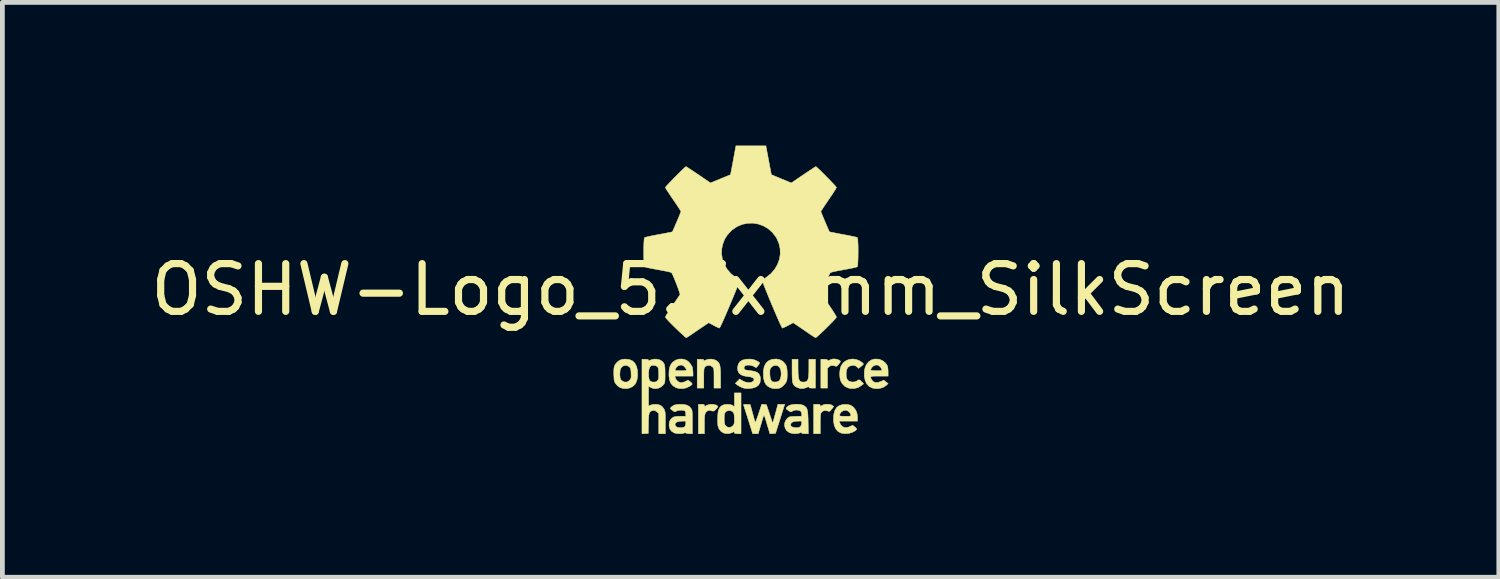
<source format=kicad_pcb>
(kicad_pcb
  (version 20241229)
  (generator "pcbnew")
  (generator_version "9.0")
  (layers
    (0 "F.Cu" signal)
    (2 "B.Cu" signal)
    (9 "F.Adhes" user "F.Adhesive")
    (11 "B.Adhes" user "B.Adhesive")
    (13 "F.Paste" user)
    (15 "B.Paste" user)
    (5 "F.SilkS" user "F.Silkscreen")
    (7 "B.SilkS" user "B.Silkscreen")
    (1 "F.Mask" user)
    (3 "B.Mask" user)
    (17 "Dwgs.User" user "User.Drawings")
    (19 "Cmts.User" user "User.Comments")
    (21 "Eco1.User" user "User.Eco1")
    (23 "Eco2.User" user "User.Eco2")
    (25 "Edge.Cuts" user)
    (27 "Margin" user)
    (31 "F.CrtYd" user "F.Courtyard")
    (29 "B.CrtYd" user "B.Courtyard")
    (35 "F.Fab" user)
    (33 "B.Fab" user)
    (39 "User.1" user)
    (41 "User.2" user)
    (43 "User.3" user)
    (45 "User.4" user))
  (footprint "OSHW-Logo_5.7x6mm_SilkScreen"
    (layer "F.Cu")
    (at 12.673 3.017)
    (property "Reference" "OSHW-Logo_5.7x6mm_SilkScreen" (at 0 0 0) (layer "F.SilkS") (effects (font (size 1 1) (thickness 0.15))))
    (attr board_only exclude_from_pos_files exclude_from_bom allow_missing_courtyard)
    (fp_poly (pts (xy 1.799 1.458) (xy 1.843 1.471) (xy 1.871 1.488) (xy 1.88 1.501) (xy 1.877 1.517) (xy 1.861 1.541) (xy 1.847 1.559) (xy 1.819 1.59) (xy 1.798 1.604) (xy 1.78 1.603) (xy 1.726 1.589) (xy 1.687 1.59) (xy 1.655 1.605) (xy 1.644 1.614) (xy 1.61 1.646) (xy 1.61 2.062) (xy 1.471 2.062) (xy 1.471 1.459) (xy 1.54 1.459) (xy 1.582 1.46) (xy 1.603 1.466) (xy 1.61 1.477) (xy 1.61 1.478) (xy 1.612 1.49) (xy 1.626 1.488) (xy 1.644 1.48) (xy 1.682 1.464) (xy 1.713 1.454) (xy 1.753 1.451) (xy 1.799 1.458)) (stroke (width 0.01) (type solid)) (fill yes) (layer "F.SilkS"))
    (fp_poly (pts (xy 1.635 2.401) (xy 1.684 2.411) (xy 1.711 2.425) (xy 1.74 2.449) (xy 1.699 2.501) (xy 1.673 2.532) (xy 1.656 2.547) (xy 1.639 2.55) (xy 1.614 2.542) (xy 1.602 2.538) (xy 1.554 2.532) (xy 1.51 2.545) (xy 1.478 2.576) (xy 1.473 2.585) (xy 1.467 2.611) (xy 1.463 2.659) (xy 1.46 2.725) (xy 1.459 2.806) (xy 1.459 2.817) (xy 1.459 3.018) (xy 1.32 3.018) (xy 1.32 2.402) (xy 1.389 2.402) (xy 1.429 2.403) (xy 1.45 2.407) (xy 1.458 2.418) (xy 1.459 2.428) (xy 1.459 2.454) (xy 1.492 2.428) (xy 1.53 2.41) (xy 1.581 2.401) (xy 1.635 2.401)) (stroke (width 0.01) (type solid)) (fill yes) (layer "F.SilkS"))
    (fp_poly (pts (xy -0.993 2.403) (xy -0.975 2.409) (xy -0.968 2.421) (xy -0.968 2.427) (xy -0.967 2.442) (xy -0.96 2.445) (xy -0.939 2.434) (xy -0.927 2.427) (xy -0.889 2.411) (xy -0.844 2.403) (xy -0.797 2.403) (xy -0.752 2.409) (xy -0.716 2.42) (xy -0.693 2.436) (xy -0.688 2.456) (xy -0.69 2.462) (xy -0.707 2.485) (xy -0.733 2.513) (xy -0.738 2.517) (xy -0.762 2.538) (xy -0.784 2.545) (xy -0.814 2.54) (xy -0.826 2.537) (xy -0.863 2.529) (xy -0.889 2.533) (xy -0.911 2.545) (xy -0.931 2.561) (xy -0.946 2.581) (xy -0.956 2.609) (xy -0.963 2.648) (xy -0.967 2.704) (xy -0.968 2.779) (xy -0.968 2.824) (xy -0.968 3.018) (xy -1.094 3.018) (xy -1.094 2.402) (xy -1.031 2.402) (xy -0.993 2.403)) (stroke (width 0.01) (type solid)) (fill yes) (layer "F.SilkS"))
    (fp_poly (pts (xy 0.993 1.654) (xy 0.995 1.747) (xy 0.999 1.817) (xy 1.008 1.867) (xy 1.022 1.902) (xy 1.042 1.923) (xy 1.071 1.933) (xy 1.107 1.936) (xy 1.144 1.933) (xy 1.172 1.922) (xy 1.192 1.9) (xy 1.206 1.865) (xy 1.214 1.814) (xy 1.219 1.742) (xy 1.22 1.654) (xy 1.22 1.459) (xy 1.358 1.459) (xy 1.358 2.062) (xy 1.289 2.062) (xy 1.247 2.06) (xy 1.226 2.055) (xy 1.22 2.043) (xy 1.216 2.033) (xy 1.202 2.035) (xy 1.173 2.05) (xy 1.106 2.071) (xy 1.036 2.07) (xy 0.968 2.046) (xy 0.936 2.027) (xy 0.912 2.007) (xy 0.894 1.982) (xy 0.881 1.947) (xy 0.874 1.901) (xy 0.87 1.839) (xy 0.868 1.758) (xy 0.868 1.695) (xy 0.868 1.459) (xy 0.993 1.459) (xy 0.993 1.654)) (stroke (width 0.01) (type solid)) (fill yes) (layer "F.SilkS"))
    (fp_poly (pts (xy -0.754 1.469) (xy -0.723 1.484) (xy -0.692 1.506) (xy -0.669 1.53) (xy -0.652 1.562) (xy -0.641 1.604) (xy -0.634 1.66) (xy -0.63 1.734) (xy -0.629 1.829) (xy -0.629 1.839) (xy -0.629 2.062) (xy -0.767 2.062) (xy -0.767 1.856) (xy -0.767 1.78) (xy -0.768 1.725) (xy -0.77 1.687) (xy -0.773 1.661) (xy -0.779 1.643) (xy -0.788 1.63) (xy -0.8 1.618) (xy -0.843 1.59) (xy -0.89 1.585) (xy -0.934 1.602) (xy -0.95 1.615) (xy -0.961 1.627) (xy -0.969 1.641) (xy -0.975 1.659) (xy -0.978 1.686) (xy -0.98 1.726) (xy -0.981 1.784) (xy -0.981 1.854) (xy -0.981 2.062) (xy -1.119 2.062) (xy -1.119 1.459) (xy -1.05 1.459) (xy -1.008 1.46) (xy -0.987 1.466) (xy -0.981 1.477) (xy -0.981 1.478) (xy -0.978 1.489) (xy -0.965 1.488) (xy -0.94 1.475) (xy -0.883 1.457) (xy -0.817 1.455) (xy -0.754 1.469)) (stroke (width 0.01) (type solid)) (fill yes) (layer "F.SilkS"))
    (fp_poly (pts (xy 2.217 1.464) (xy 2.29 1.495) (xy 2.313 1.51) (xy 2.342 1.533) (xy 2.361 1.551) (xy 2.364 1.557) (xy 2.355 1.57) (xy 2.332 1.593) (xy 2.313 1.608) (xy 2.263 1.649) (xy 2.223 1.615) (xy 2.192 1.594) (xy 2.162 1.586) (xy 2.127 1.588) (xy 2.073 1.602) (xy 2.035 1.63) (xy 2.012 1.675) (xy 2.002 1.741) (xy 2.002 1.741) (xy 2.002 1.815) (xy 2.016 1.869) (xy 2.044 1.906) (xy 2.063 1.918) (xy 2.114 1.934) (xy 2.168 1.934) (xy 2.215 1.919) (xy 2.226 1.911) (xy 2.253 1.893) (xy 2.275 1.889) (xy 2.299 1.903) (xy 2.325 1.929) (xy 2.366 1.971) (xy 2.32 2.008) (xy 2.25 2.051) (xy 2.17 2.072) (xy 2.087 2.07) (xy 2.033 2.056) (xy 1.969 2.022) (xy 1.918 1.968) (xy 1.895 1.93) (xy 1.876 1.876) (xy 1.867 1.806) (xy 1.867 1.731) (xy 1.876 1.659) (xy 1.894 1.599) (xy 1.897 1.593) (xy 1.94 1.532) (xy 1.998 1.488) (xy 2.067 1.461) (xy 2.141 1.453) (xy 2.217 1.464)) (stroke (width 0.01) (type solid)) (fill yes) (layer "F.SilkS"))
    (fp_poly (pts (xy 0.611 1.466) (xy 0.674 1.501) (xy 0.724 1.555) (xy 0.748 1.6) (xy 0.758 1.639) (xy 0.764 1.695) (xy 0.767 1.76) (xy 0.766 1.824) (xy 0.761 1.881) (xy 0.755 1.912) (xy 0.734 1.953) (xy 0.698 1.997) (xy 0.656 2.036) (xy 0.613 2.061) (xy 0.612 2.061) (xy 0.56 2.072) (xy 0.497 2.073) (xy 0.438 2.063) (xy 0.415 2.055) (xy 0.356 2.021) (xy 0.314 1.978) (xy 0.286 1.92) (xy 0.271 1.844) (xy 0.267 1.804) (xy 0.268 1.754) (xy 0.402 1.754) (xy 0.407 1.827) (xy 0.42 1.882) (xy 0.441 1.918) (xy 0.456 1.928) (xy 0.493 1.935) (xy 0.539 1.933) (xy 0.577 1.923) (xy 0.588 1.917) (xy 0.615 1.885) (xy 0.632 1.835) (xy 0.64 1.774) (xy 0.636 1.708) (xy 0.628 1.669) (xy 0.604 1.624) (xy 0.567 1.595) (xy 0.522 1.586) (xy 0.475 1.596) (xy 0.439 1.621) (xy 0.42 1.642) (xy 0.409 1.662) (xy 0.404 1.69) (xy 0.402 1.733) (xy 0.402 1.754) (xy 0.268 1.754) (xy 0.268 1.698) (xy 0.285 1.611) (xy 0.319 1.543) (xy 0.369 1.494) (xy 0.435 1.464) (xy 0.45 1.46) (xy 0.535 1.452) (xy 0.611 1.466)) (stroke (width 0.01) (type solid)) (fill yes) (layer "F.SilkS"))
    (fp_poly (pts (xy 0.282 2.404) (xy 0.331 2.408) (xy 0.461 2.798) (xy 0.482 2.729) (xy 0.494 2.686) (xy 0.51 2.628) (xy 0.528 2.565) (xy 0.537 2.531) (xy 0.571 2.402) (xy 0.714 2.402) (xy 0.672 2.537) (xy 0.651 2.603) (xy 0.625 2.684) (xy 0.599 2.767) (xy 0.575 2.842) (xy 0.521 3.012) (xy 0.463 3.015) (xy 0.404 3.019) (xy 0.373 2.915) (xy 0.353 2.85) (xy 0.332 2.778) (xy 0.313 2.715) (xy 0.313 2.713) (xy 0.299 2.67) (xy 0.286 2.641) (xy 0.278 2.63) (xy 0.276 2.631) (xy 0.27 2.648) (xy 0.258 2.685) (xy 0.242 2.736) (xy 0.224 2.798) (xy 0.214 2.832) (xy 0.159 3.018) (xy 0.043 3.018) (xy -0.049 2.725) (xy -0.075 2.643) (xy -0.099 2.569) (xy -0.119 2.506) (xy -0.135 2.457) (xy -0.145 2.426) (xy -0.148 2.417) (xy -0.146 2.407) (xy -0.127 2.403) (xy -0.087 2.404) (xy -0.081 2.404) (xy -0.008 2.408) (xy 0.04 2.584) (xy 0.058 2.648) (xy 0.073 2.705) (xy 0.086 2.748) (xy 0.094 2.775) (xy 0.095 2.779) (xy 0.101 2.774) (xy 0.113 2.749) (xy 0.13 2.706) (xy 0.15 2.65) (xy 0.167 2.599) (xy 0.232 2.401) (xy 0.282 2.404)) (stroke (width 0.01) (type solid)) (fill yes) (layer "F.SilkS"))
    (fp_poly (pts (xy -2.538 1.465) (xy -2.472 1.494) (xy -2.423 1.543) (xy -2.388 1.611) (xy -2.37 1.699) (xy -2.369 1.712) (xy -2.368 1.809) (xy -2.381 1.894) (xy -2.408 1.962) (xy -2.423 1.984) (xy -2.473 2.031) (xy -2.538 2.061) (xy -2.61 2.074) (xy -2.683 2.067) (xy -2.739 2.048) (xy -2.787 2.015) (xy -2.826 1.971) (xy -2.827 1.97) (xy -2.843 1.943) (xy -2.853 1.916) (xy -2.86 1.882) (xy -2.863 1.834) (xy -2.865 1.795) (xy -2.866 1.759) (xy -2.74 1.759) (xy -2.739 1.795) (xy -2.734 1.842) (xy -2.726 1.872) (xy -2.712 1.894) (xy -2.699 1.907) (xy -2.652 1.933) (xy -2.603 1.937) (xy -2.557 1.918) (xy -2.534 1.896) (xy -2.517 1.875) (xy -2.507 1.854) (xy -2.503 1.828) (xy -2.503 1.788) (xy -2.504 1.751) (xy -2.507 1.698) (xy -2.512 1.664) (xy -2.52 1.641) (xy -2.533 1.624) (xy -2.544 1.615) (xy -2.589 1.589) (xy -2.637 1.588) (xy -2.678 1.603) (xy -2.713 1.635) (xy -2.733 1.687) (xy -2.74 1.759) (xy -2.866 1.759) (xy -2.866 1.717) (xy -2.864 1.658) (xy -2.856 1.614) (xy -2.843 1.579) (xy -2.822 1.549) (xy -2.814 1.539) (xy -2.766 1.494) (xy -2.714 1.467) (xy -2.651 1.456) (xy -2.62 1.455) (xy -2.538 1.465)) (stroke (width 0.01) (type solid)) (fill yes) (layer "F.SilkS"))
    (fp_poly (pts (xy -0.201 3.018) (xy -0.27 3.018) (xy -0.31 3.017) (xy -0.331 3.012) (xy -0.339 3.001) (xy -0.34 2.994) (xy -0.341 2.98) (xy -0.349 2.977) (xy -0.37 2.986) (xy -0.386 2.994) (xy -0.449 3.014) (xy -0.517 3.015) (xy -0.573 3) (xy -0.624 2.965) (xy -0.664 2.913) (xy -0.685 2.851) (xy -0.686 2.848) (xy -0.689 2.811) (xy -0.691 2.757) (xy -0.691 2.716) (xy -0.553 2.716) (xy -0.55 2.77) (xy -0.543 2.815) (xy -0.533 2.84) (xy -0.496 2.874) (xy -0.452 2.887) (xy -0.407 2.877) (xy -0.368 2.847) (xy -0.353 2.827) (xy -0.345 2.803) (xy -0.34 2.768) (xy -0.34 2.716) (xy -0.341 2.664) (xy -0.346 2.619) (xy -0.353 2.588) (xy -0.354 2.585) (xy -0.38 2.553) (xy -0.42 2.535) (xy -0.463 2.532) (xy -0.504 2.545) (xy -0.534 2.573) (xy -0.537 2.578) (xy -0.547 2.612) (xy -0.552 2.661) (xy -0.553 2.716) (xy -0.691 2.716) (xy -0.691 2.696) (xy -0.69 2.663) (xy -0.684 2.581) (xy -0.671 2.52) (xy -0.649 2.474) (xy -0.618 2.441) (xy -0.587 2.421) (xy -0.544 2.407) (xy -0.491 2.402) (xy -0.436 2.406) (xy -0.39 2.418) (xy -0.365 2.433) (xy -0.34 2.456) (xy -0.34 2.163) (xy -0.201 2.163) (xy -0.201 3.018)) (stroke (width 0.01) (type solid)) (fill yes) (layer "F.SilkS"))
    (fp_poly (pts (xy 2.678 1.456) (xy 2.71 1.464) (xy 2.772 1.493) (xy 2.825 1.537) (xy 2.861 1.589) (xy 2.866 1.601) (xy 2.873 1.632) (xy 2.878 1.677) (xy 2.88 1.723) (xy 2.88 1.811) (xy 2.697 1.811) (xy 2.622 1.811) (xy 2.569 1.813) (xy 2.535 1.817) (xy 2.518 1.826) (xy 2.514 1.84) (xy 2.521 1.86) (xy 2.533 1.884) (xy 2.566 1.925) (xy 2.612 1.945) (xy 2.669 1.944) (xy 2.733 1.922) (xy 2.788 1.895) (xy 2.834 1.932) (xy 2.88 1.968) (xy 2.837 2.008) (xy 2.779 2.046) (xy 2.708 2.068) (xy 2.632 2.075) (xy 2.558 2.063) (xy 2.546 2.059) (xy 2.481 2.026) (xy 2.433 1.975) (xy 2.4 1.906) (xy 2.382 1.818) (xy 2.382 1.816) (xy 2.381 1.72) (xy 2.387 1.686) (xy 2.515 1.686) (xy 2.527 1.691) (xy 2.558 1.695) (xy 2.605 1.697) (xy 2.635 1.698) (xy 2.691 1.697) (xy 2.725 1.696) (xy 2.744 1.692) (xy 2.75 1.685) (xy 2.748 1.674) (xy 2.747 1.669) (xy 2.724 1.627) (xy 2.689 1.594) (xy 2.658 1.579) (xy 2.616 1.58) (xy 2.574 1.598) (xy 2.539 1.629) (xy 2.518 1.666) (xy 2.515 1.686) (xy 2.387 1.686) (xy 2.397 1.635) (xy 2.429 1.564) (xy 2.475 1.509) (xy 2.533 1.471) (xy 2.601 1.453) (xy 2.678 1.456)) (stroke (width 0.01) (type solid)) (fill yes) (layer "F.SilkS"))
    (fp_poly (pts (xy 0.014 1.456) (xy 0.062 1.465) (xy 0.111 1.484) (xy 0.116 1.487) (xy 0.154 1.506) (xy 0.18 1.525) (xy 0.188 1.537) (xy 0.18 1.556) (xy 0.161 1.584) (xy 0.152 1.594) (xy 0.117 1.636) (xy 0.071 1.609) (xy 0.027 1.591) (xy -0.023 1.581) (xy -0.071 1.581) (xy -0.109 1.59) (xy -0.117 1.595) (xy -0.135 1.621) (xy -0.137 1.651) (xy -0.124 1.674) (xy -0.116 1.679) (xy -0.094 1.684) (xy -0.054 1.691) (xy -0.005 1.697) (xy 0.004 1.698) (xy 0.083 1.712) (xy 0.14 1.735) (xy 0.178 1.77) (xy 0.199 1.818) (xy 0.206 1.878) (xy 0.197 1.945) (xy 0.167 1.998) (xy 0.117 2.037) (xy 0.047 2.061) (xy -0.031 2.071) (xy -0.095 2.071) (xy -0.147 2.062) (xy -0.182 2.05) (xy -0.227 2.029) (xy -0.268 2.005) (xy -0.283 1.994) (xy -0.321 1.963) (xy -0.275 1.917) (xy -0.23 1.871) (xy -0.178 1.905) (xy -0.126 1.931) (xy -0.071 1.944) (xy -0.017 1.946) (xy 0.028 1.935) (xy 0.06 1.914) (xy 0.07 1.895) (xy 0.069 1.865) (xy 0.043 1.843) (xy -0.007 1.827) (xy -0.061 1.82) (xy -0.145 1.806) (xy -0.207 1.78) (xy -0.248 1.741) (xy -0.27 1.688) (xy -0.273 1.625) (xy -0.258 1.56) (xy -0.225 1.51) (xy -0.171 1.476) (xy -0.099 1.458) (xy -0.045 1.455) (xy 0.014 1.456)) (stroke (width 0.01) (type solid)) (fill yes) (layer "F.SilkS"))
    (fp_poly (pts (xy 2.033 2.405) (xy 2.093 2.421) (xy 2.143 2.453) (xy 2.167 2.477) (xy 2.207 2.534) (xy 2.23 2.6) (xy 2.238 2.681) (xy 2.238 2.688) (xy 2.238 2.754) (xy 1.858 2.754) (xy 1.866 2.788) (xy 1.881 2.82) (xy 1.907 2.852) (xy 1.912 2.857) (xy 1.958 2.886) (xy 2.01 2.89) (xy 2.071 2.872) (xy 2.081 2.867) (xy 2.112 2.852) (xy 2.133 2.843) (xy 2.137 2.842) (xy 2.15 2.85) (xy 2.174 2.869) (xy 2.187 2.879) (xy 2.212 2.903) (xy 2.221 2.919) (xy 2.215 2.934) (xy 2.212 2.938) (xy 2.191 2.955) (xy 2.156 2.976) (xy 2.131 2.988) (xy 2.062 3.01) (xy 1.985 3.017) (xy 1.913 3.009) (xy 1.892 3.003) (xy 1.829 2.969) (xy 1.783 2.917) (xy 1.752 2.846) (xy 1.737 2.757) (xy 1.736 2.71) (xy 1.74 2.641) (xy 1.861 2.641) (xy 1.873 2.646) (xy 1.904 2.65) (xy 1.95 2.653) (xy 1.98 2.653) (xy 2.036 2.653) (xy 2.071 2.651) (xy 2.09 2.647) (xy 2.098 2.639) (xy 2.1 2.628) (xy 2.089 2.594) (xy 2.062 2.561) (xy 2.026 2.535) (xy 1.991 2.525) (xy 1.942 2.534) (xy 1.9 2.561) (xy 1.871 2.6) (xy 1.861 2.641) (xy 1.74 2.641) (xy 1.743 2.61) (xy 1.764 2.531) (xy 1.8 2.471) (xy 1.852 2.431) (xy 1.92 2.408) (xy 1.957 2.404) (xy 2.033 2.405)) (stroke (width 0.01) (type solid)) (fill yes) (layer "F.SilkS"))
    (fp_poly (pts (xy -1.357 1.473) (xy -1.344 1.479) (xy -1.301 1.51) (xy -1.26 1.557) (xy -1.229 1.608) (xy -1.22 1.631) (xy -1.213 1.673) (xy -1.208 1.724) (xy -1.207 1.745) (xy -1.207 1.811) (xy -1.587 1.811) (xy -1.579 1.845) (xy -1.559 1.886) (xy -1.524 1.922) (xy -1.483 1.944) (xy -1.457 1.949) (xy -1.421 1.943) (xy -1.378 1.929) (xy -1.364 1.922) (xy -1.31 1.896) (xy -1.265 1.93) (xy -1.238 1.954) (xy -1.224 1.973) (xy -1.223 1.979) (xy -1.236 1.993) (xy -1.263 2.014) (xy -1.288 2.03) (xy -1.356 2.06) (xy -1.431 2.073) (xy -1.506 2.07) (xy -1.565 2.052) (xy -1.627 2.013) (xy -1.671 1.962) (xy -1.698 1.895) (xy -1.71 1.811) (xy -1.711 1.773) (xy -1.707 1.685) (xy -1.706 1.682) (xy -1.581 1.682) (xy -1.577 1.691) (xy -1.563 1.695) (xy -1.533 1.697) (xy -1.485 1.698) (xy -1.466 1.698) (xy -1.408 1.697) (xy -1.372 1.694) (xy -1.353 1.689) (xy -1.346 1.681) (xy -1.345 1.679) (xy -1.353 1.658) (xy -1.373 1.63) (xy -1.382 1.62) (xy -1.413 1.591) (xy -1.446 1.58) (xy -1.464 1.579) (xy -1.512 1.591) (xy -1.552 1.622) (xy -1.577 1.668) (xy -1.578 1.669) (xy -1.581 1.682) (xy -1.706 1.682) (xy -1.692 1.616) (xy -1.666 1.56) (xy -1.634 1.521) (xy -1.574 1.478) (xy -1.504 1.455) (xy -1.43 1.453) (xy -1.357 1.473)) (stroke (width 0.01) (type solid)) (fill yes) (layer "F.SilkS"))
    (fp_poly (pts (xy 1.038 2.405) (xy 1.091 2.418) (xy 1.107 2.425) (xy 1.136 2.443) (xy 1.159 2.463) (xy 1.176 2.489) (xy 1.188 2.524) (xy 1.196 2.572) (xy 1.201 2.636) (xy 1.204 2.72) (xy 1.205 2.776) (xy 1.209 3.018) (xy 1.139 3.018) (xy 1.096 3.016) (xy 1.074 3.01) (xy 1.069 3) (xy 1.066 2.989) (xy 1.052 2.991) (xy 1.034 3) (xy 0.989 3.013) (xy 0.93 3.017) (xy 0.868 3.011) (xy 0.814 2.996) (xy 0.809 2.993) (xy 0.759 2.958) (xy 0.726 2.909) (xy 0.711 2.852) (xy 0.712 2.832) (xy 0.836 2.832) (xy 0.846 2.859) (xy 0.879 2.879) (xy 0.931 2.89) (xy 0.959 2.891) (xy 1.005 2.888) (xy 1.036 2.874) (xy 1.044 2.867) (xy 1.064 2.831) (xy 1.069 2.798) (xy 1.069 2.754) (xy 1.008 2.754) (xy 0.936 2.757) (xy 0.886 2.769) (xy 0.855 2.789) (xy 0.848 2.798) (xy 0.836 2.832) (xy 0.712 2.832) (xy 0.714 2.792) (xy 0.737 2.735) (xy 0.768 2.697) (xy 0.786 2.68) (xy 0.805 2.669) (xy 0.829 2.662) (xy 0.864 2.658) (xy 0.917 2.656) (xy 0.938 2.655) (xy 1.069 2.651) (xy 1.069 2.611) (xy 1.064 2.569) (xy 1.045 2.544) (xy 1.008 2.528) (xy 1.007 2.528) (xy 0.954 2.521) (xy 0.903 2.53) (xy 0.865 2.55) (xy 0.849 2.56) (xy 0.833 2.558) (xy 0.807 2.544) (xy 0.792 2.534) (xy 0.763 2.512) (xy 0.745 2.496) (xy 0.742 2.491) (xy 0.754 2.467) (xy 0.789 2.438) (xy 0.805 2.428) (xy 0.849 2.412) (xy 0.908 2.402) (xy 0.974 2.4) (xy 1.038 2.405)) (stroke (width 0.01) (type solid)) (fill yes) (layer "F.SilkS"))
    (fp_poly (pts (xy -1.384 2.407) (xy -1.325 2.422) (xy -1.28 2.451) (xy -1.248 2.488) (xy -1.238 2.504) (xy -1.231 2.521) (xy -1.226 2.543) (xy -1.223 2.573) (xy -1.221 2.615) (xy -1.22 2.674) (xy -1.22 2.753) (xy -1.22 2.774) (xy -1.22 3.018) (xy -1.28 3.018) (xy -1.319 3.015) (xy -1.347 3.008) (xy -1.354 3.004) (xy -1.374 2.997) (xy -1.394 3.004) (xy -1.426 3.013) (xy -1.474 3.017) (xy -1.527 3.015) (xy -1.575 3.009) (xy -1.603 3) (xy -1.658 2.965) (xy -1.692 2.916) (xy -1.707 2.852) (xy -1.707 2.85) (xy -1.706 2.822) (xy -1.584 2.822) (xy -1.574 2.854) (xy -1.556 2.873) (xy -1.522 2.886) (xy -1.476 2.892) (xy -1.429 2.889) (xy -1.392 2.878) (xy -1.381 2.871) (xy -1.363 2.839) (xy -1.358 2.802) (xy -1.358 2.754) (xy -1.428 2.754) (xy -1.494 2.759) (xy -1.544 2.773) (xy -1.575 2.796) (xy -1.584 2.822) (xy -1.706 2.822) (xy -1.704 2.78) (xy -1.681 2.724) (xy -1.637 2.682) (xy -1.631 2.678) (xy -1.605 2.665) (xy -1.573 2.658) (xy -1.528 2.654) (xy -1.474 2.653) (xy -1.358 2.653) (xy -1.358 2.604) (xy -1.363 2.567) (xy -1.376 2.541) (xy -1.377 2.54) (xy -1.405 2.529) (xy -1.447 2.525) (xy -1.494 2.527) (xy -1.535 2.535) (xy -1.56 2.547) (xy -1.573 2.557) (xy -1.587 2.559) (xy -1.607 2.551) (xy -1.636 2.531) (xy -1.68 2.497) (xy -1.684 2.494) (xy -1.682 2.482) (xy -1.665 2.463) (xy -1.638 2.441) (xy -1.61 2.423) (xy -1.6 2.419) (xy -1.567 2.41) (xy -1.519 2.404) (xy -1.465 2.402) (xy -1.462 2.402) (xy -1.384 2.407)) (stroke (width 0.01) (type solid)) (fill yes) (layer "F.SilkS"))
    (fp_poly (pts (xy -1.909 1.469) (xy -1.882 1.482) (xy -1.85 1.505) (xy -1.826 1.53) (xy -1.809 1.561) (xy -1.799 1.603) (xy -1.794 1.66) (xy -1.792 1.736) (xy -1.792 1.769) (xy -1.792 1.841) (xy -1.794 1.892) (xy -1.796 1.927) (xy -1.802 1.952) (xy -1.81 1.97) (xy -1.818 1.982) (xy -1.87 2.034) (xy -1.932 2.065) (xy -1.999 2.075) (xy -2.066 2.061) (xy -2.087 2.051) (xy -2.138 2.025) (xy -2.138 2.44) (xy -2.101 2.421) (xy -2.052 2.406) (xy -1.992 2.402) (xy -1.932 2.409) (xy -1.886 2.425) (xy -1.849 2.455) (xy -1.817 2.498) (xy -1.814 2.502) (xy -1.804 2.523) (xy -1.797 2.544) (xy -1.791 2.57) (xy -1.788 2.604) (xy -1.786 2.651) (xy -1.786 2.715) (xy -1.786 2.787) (xy -1.786 3.018) (xy -1.924 3.018) (xy -1.924 2.593) (xy -1.963 2.56) (xy -2.003 2.534) (xy -2.041 2.529) (xy -2.079 2.541) (xy -2.099 2.553) (xy -2.115 2.57) (xy -2.125 2.596) (xy -2.133 2.634) (xy -2.137 2.688) (xy -2.14 2.761) (xy -2.141 2.81) (xy -2.144 3.012) (xy -2.21 3.015) (xy -2.276 3.019) (xy -2.276 1.771) (xy -2.138 1.771) (xy -2.134 1.84) (xy -2.122 1.889) (xy -2.1 1.919) (xy -2.066 1.933) (xy -2.031 1.936) (xy -1.991 1.933) (xy -1.965 1.92) (xy -1.949 1.902) (xy -1.936 1.883) (xy -1.928 1.862) (xy -1.925 1.832) (xy -1.925 1.787) (xy -1.926 1.75) (xy -1.929 1.694) (xy -1.932 1.657) (xy -1.939 1.633) (xy -1.95 1.617) (xy -1.96 1.608) (xy -2.002 1.589) (xy -2.052 1.585) (xy -2.08 1.592) (xy -2.109 1.616) (xy -2.128 1.664) (xy -2.137 1.734) (xy -2.138 1.771) (xy -2.276 1.771) (xy -2.276 1.459) (xy -2.207 1.459) (xy -2.165 1.46) (xy -2.144 1.466) (xy -2.138 1.477) (xy -2.138 1.478) (xy -2.135 1.489) (xy -2.122 1.488) (xy -2.097 1.475) (xy -2.038 1.457) (xy -1.972 1.455) (xy -1.909 1.469)) (stroke (width 0.01) (type solid)) (fill yes) (layer "F.SilkS"))
    (fp_poly (pts (xy 0.377 -2.71) (xy 0.434 -2.408) (xy 0.853 -2.235) (xy 1.105 -2.407) (xy 1.175 -2.454) (xy 1.239 -2.497) (xy 1.293 -2.532) (xy 1.334 -2.559) (xy 1.36 -2.574) (xy 1.367 -2.578) (xy 1.379 -2.569) (xy 1.406 -2.545) (xy 1.444 -2.509) (xy 1.491 -2.464) (xy 1.542 -2.413) (xy 1.596 -2.358) (xy 1.649 -2.304) (xy 1.698 -2.253) (xy 1.741 -2.208) (xy 1.773 -2.172) (xy 1.793 -2.148) (xy 1.798 -2.14) (xy 1.791 -2.125) (xy 1.772 -2.093) (xy 1.742 -2.047) (xy 1.705 -1.989) (xy 1.66 -1.923) (xy 1.635 -1.886) (xy 1.588 -1.817) (xy 1.546 -1.755) (xy 1.512 -1.703) (xy 1.487 -1.664) (xy 1.473 -1.641) (xy 1.471 -1.636) (xy 1.476 -1.622) (xy 1.489 -1.59) (xy 1.508 -1.544) (xy 1.531 -1.488) (xy 1.557 -1.427) (xy 1.583 -1.366) (xy 1.607 -1.31) (xy 1.628 -1.262) (xy 1.643 -1.228) (xy 1.651 -1.211) (xy 1.652 -1.211) (xy 1.665 -1.208) (xy 1.699 -1.201) (xy 1.75 -1.191) (xy 1.816 -1.178) (xy 1.893 -1.163) (xy 1.937 -1.155) (xy 2.019 -1.14) (xy 2.093 -1.125) (xy 2.155 -1.112) (xy 2.202 -1.101) (xy 2.23 -1.093) (xy 2.235 -1.091) (xy 2.241 -1.074) (xy 2.245 -1.037) (xy 2.248 -0.983) (xy 2.251 -0.917) (xy 2.252 -0.844) (xy 2.252 -0.767) (xy 2.251 -0.691) (xy 2.249 -0.621) (xy 2.246 -0.56) (xy 2.243 -0.514) (xy 2.238 -0.486) (xy 2.235 -0.48) (xy 2.217 -0.473) (xy 2.179 -0.463) (xy 2.127 -0.451) (xy 2.065 -0.439) (xy 2.043 -0.435) (xy 1.938 -0.415) (xy 1.855 -0.4) (xy 1.792 -0.388) (xy 1.745 -0.378) (xy 1.711 -0.37) (xy 1.689 -0.363) (xy 1.676 -0.357) (xy 1.667 -0.351) (xy 1.666 -0.35) (xy 1.655 -0.331) (xy 1.638 -0.294) (xy 1.616 -0.244) (xy 1.592 -0.185) (xy 1.567 -0.121) (xy 1.543 -0.058) (xy 1.522 0.001) (xy 1.505 0.05) (xy 1.494 0.086) (xy 1.492 0.104) (xy 1.492 0.104) (xy 1.501 0.119) (xy 1.523 0.151) (xy 1.554 0.197) (xy 1.593 0.253) (xy 1.637 0.318) (xy 1.649 0.336) (xy 1.694 0.402) (xy 1.733 0.462) (xy 1.765 0.513) (xy 1.787 0.552) (xy 1.798 0.574) (xy 1.798 0.576) (xy 1.789 0.591) (xy 1.765 0.619) (xy 1.729 0.658) (xy 1.683 0.706) (xy 1.632 0.758) (xy 1.577 0.812) (xy 1.523 0.865) (xy 1.472 0.913) (xy 1.427 0.955) (xy 1.391 0.985) (xy 1.368 1.003) (xy 1.362 1.006) (xy 1.347 0.999) (xy 1.316 0.981) (xy 1.275 0.954) (xy 1.244 0.933) (xy 1.187 0.894) (xy 1.119 0.847) (xy 1.051 0.801) (xy 1.014 0.776) (xy 0.891 0.693) (xy 0.787 0.749) (xy 0.74 0.773) (xy 0.7 0.792) (xy 0.672 0.803) (xy 0.665 0.805) (xy 0.657 0.794) (xy 0.641 0.762) (xy 0.617 0.713) (xy 0.588 0.649) (xy 0.555 0.574) (xy 0.518 0.489) (xy 0.48 0.399) (xy 0.441 0.306) (xy 0.402 0.213) (xy 0.365 0.123) (xy 0.331 0.039) (xy 0.301 -0.037) (xy 0.276 -0.1) (xy 0.258 -0.15) (xy 0.248 -0.182) (xy 0.246 -0.193) (xy 0.259 -0.206) (xy 0.288 -0.229) (xy 0.325 -0.256) (xy 0.329 -0.258) (xy 0.426 -0.336) (xy 0.505 -0.427) (xy 0.564 -0.528) (xy 0.603 -0.637) (xy 0.621 -0.749) (xy 0.617 -0.863) (xy 0.591 -0.976) (xy 0.542 -1.084) (xy 0.527 -1.108) (xy 0.452 -1.203) (xy 0.364 -1.28) (xy 0.265 -1.337) (xy 0.158 -1.375) (xy 0.047 -1.393) (xy -0.066 -1.39) (xy -0.176 -1.367) (xy -0.282 -1.322) (xy -0.38 -1.256) (xy -0.41 -1.23) (xy -0.488 -1.145) (xy -0.544 -1.057) (xy -0.582 -0.958) (xy -0.604 -0.86) (xy -0.609 -0.749) (xy -0.591 -0.638) (xy -0.553 -0.531) (xy -0.494 -0.43) (xy -0.418 -0.34) (xy -0.327 -0.264) (xy -0.315 -0.256) (xy -0.277 -0.23) (xy -0.248 -0.207) (xy -0.234 -0.193) (xy -0.234 -0.193) (xy -0.237 -0.177) (xy -0.248 -0.141) (xy -0.268 -0.089) (xy -0.293 -0.023) (xy -0.324 0.055) (xy -0.359 0.14) (xy -0.397 0.231) (xy -0.436 0.325) (xy -0.475 0.417) (xy -0.513 0.506) (xy -0.549 0.589) (xy -0.582 0.662) (xy -0.61 0.724) (xy -0.632 0.77) (xy -0.647 0.797) (xy -0.653 0.805) (xy -0.671 0.799) (xy -0.706 0.784) (xy -0.75 0.762) (xy -0.774 0.749) (xy -0.878 0.693) (xy -1.002 0.776) (xy -1.065 0.819) (xy -1.134 0.866) (xy -1.199 0.911) (xy -1.231 0.933) (xy -1.277 0.963) (xy -1.315 0.988) (xy -1.342 1.003) (xy -1.351 1.006) (xy -1.363 0.997) (xy -1.391 0.974) (xy -1.431 0.937) (xy -1.482 0.891) (xy -1.539 0.836) (xy -1.575 0.801) (xy -1.639 0.739) (xy -1.694 0.683) (xy -1.738 0.636) (xy -1.769 0.601) (xy -1.784 0.579) (xy -1.786 0.575) (xy -1.779 0.558) (xy -1.76 0.524) (xy -1.73 0.476) (xy -1.693 0.419) (xy -1.649 0.354) (xy -1.637 0.336) (xy -1.592 0.27) (xy -1.551 0.211) (xy -1.518 0.162) (xy -1.493 0.126) (xy -1.481 0.107) (xy -1.479 0.104) (xy -1.481 0.089) (xy -1.491 0.055) (xy -1.507 0.006) (xy -1.528 -0.052) (xy -1.552 -0.115) (xy -1.577 -0.178) (xy -1.601 -0.238) (xy -1.623 -0.29) (xy -1.641 -0.328) (xy -1.653 -0.349) (xy -1.654 -0.35) (xy -1.661 -0.356) (xy -1.674 -0.362) (xy -1.694 -0.369) (xy -1.725 -0.376) (xy -1.769 -0.386) (xy -1.829 -0.397) (xy -1.908 -0.412) (xy -2.009 -0.431) (xy -2.03 -0.435) (xy -2.095 -0.447) (xy -2.151 -0.459) (xy -2.194 -0.47) (xy -2.219 -0.478) (xy -2.222 -0.48) (xy -2.228 -0.497) (xy -2.232 -0.534) (xy -2.235 -0.588) (xy -2.238 -0.654) (xy -2.239 -0.728) (xy -2.239 -0.804) (xy -2.239 -0.88) (xy -2.237 -0.95) (xy -2.234 -1.011) (xy -2.23 -1.057) (xy -2.225 -1.085) (xy -2.223 -1.091) (xy -2.206 -1.096) (xy -2.169 -1.106) (xy -2.114 -1.118) (xy -2.045 -1.132) (xy -1.967 -1.147) (xy -1.925 -1.155) (xy -1.844 -1.17) (xy -1.772 -1.184) (xy -1.712 -1.196) (xy -1.668 -1.204) (xy -1.643 -1.21) (xy -1.639 -1.211) (xy -1.633 -1.224) (xy -1.618 -1.256) (xy -1.598 -1.302) (xy -1.574 -1.358) (xy -1.548 -1.418) (xy -1.522 -1.479) (xy -1.498 -1.536) (xy -1.479 -1.584) (xy -1.465 -1.619) (xy -1.459 -1.636) (xy -1.459 -1.637) (xy -1.465 -1.65) (xy -1.485 -1.681) (xy -1.514 -1.727) (xy -1.552 -1.784) (xy -1.596 -1.849) (xy -1.622 -1.886) (xy -1.669 -1.955) (xy -1.71 -2.017) (xy -1.745 -2.07) (xy -1.77 -2.11) (xy -1.784 -2.135) (xy -1.786 -2.14) (xy -1.777 -2.153) (xy -1.754 -2.18) (xy -1.718 -2.219) (xy -1.673 -2.266) (xy -1.623 -2.318) (xy -1.569 -2.373) (xy -1.516 -2.426) (xy -1.465 -2.476) (xy -1.421 -2.519) (xy -1.385 -2.553) (xy -1.362 -2.573) (xy -1.354 -2.578) (xy -1.341 -2.571) (xy -1.311 -2.552) (xy -1.265 -2.522) (xy -1.208 -2.485) (xy -1.142 -2.44) (xy -1.092 -2.407) (xy -0.841 -2.235) (xy -0.631 -2.322) (xy -0.421 -2.408) (xy -0.364 -2.71) (xy -0.308 -3.012) (xy 0.32 -3.012) (xy 0.377 -2.71)) (stroke (width 0.01) (type solid)) (fill yes) (layer "F.SilkS")))
  (gr_rect
    (start -3 -3)
    (end 28.345 9.041)
    (stroke (width 0.1) (type default))
    (fill no)
    (layer "Edge.Cuts")))
</source>
